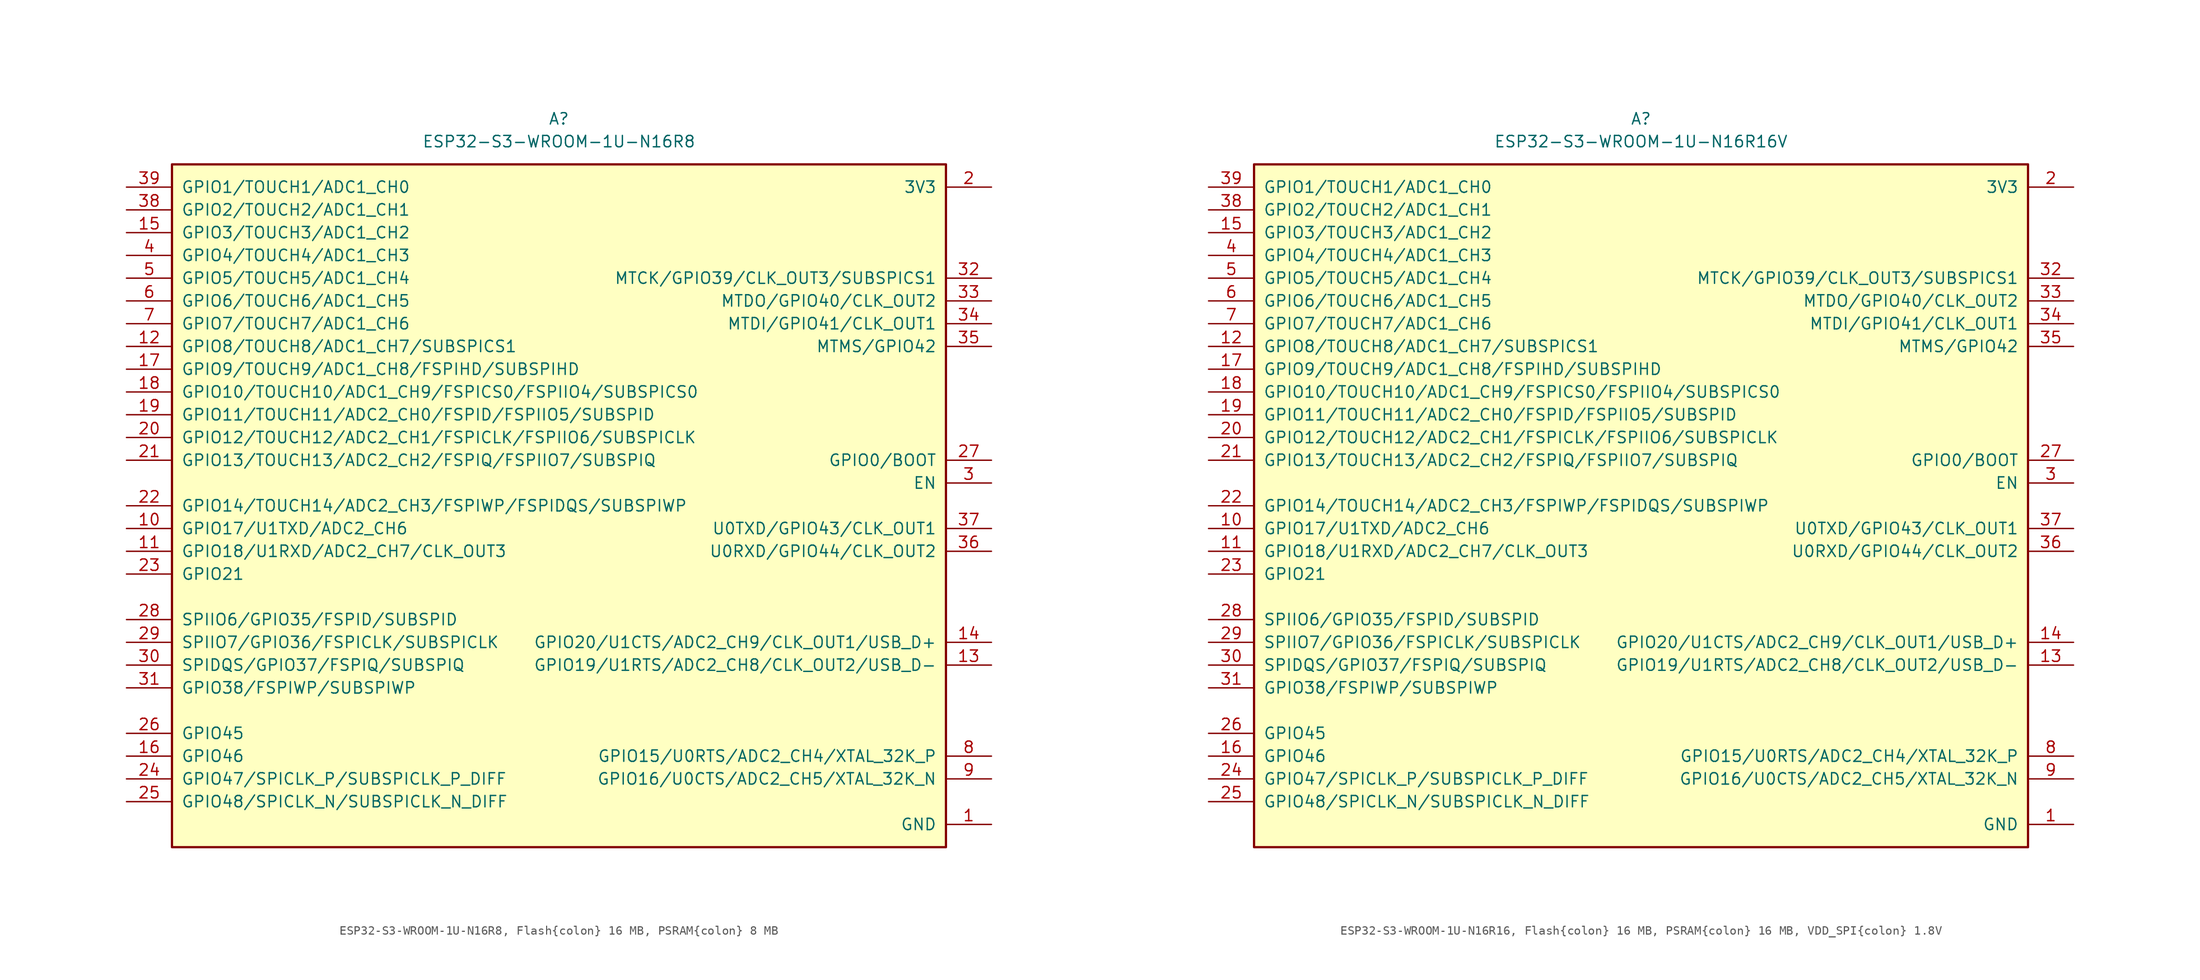
<source format=kicad_sym>
(kicad_symbol_lib
  (version 20241209)
  (generator "kicad_symbol_editor")
  (generator_version "9.0")
  (symbol "ESP32-S3-WROOM-1U-N16R8, Flash{colon} 16 MB, PSRAM{colon} 8 MB"
    (pin_names
      (offset 1.016))
    (property "Reference" "A"
      (at 0 43.18 0)
      (effects (font (size 1.27 1.27))))
    (property "Value" "ESP32-S3-WROOM-1U-N16R8"
      (at 0 40.64 0)
      (effects (font (size 1.27 1.27))))
    (symbol "ESP32-S3-WROOM-1U-N16R8, Flash{colon} 16 MB, PSRAM{colon} 8 MB_0_0"
      (pin bidirectional line (at -48.26 35.56 0) (length 5.08) (name "GPIO1/TOUCH1/ADC1_CH0" (effects (font (size 1.27 1.27)))) (number "39" (effects (font (size 1.27 1.27)))))
      (pin bidirectional line (at -48.26 33.02 0) (length 5.08) (name "GPIO2/TOUCH2/ADC1_CH1" (effects (font (size 1.27 1.27)))) (number "38" (effects (font (size 1.27 1.27)))))
      (pin bidirectional line (at -48.26 30.48 0) (length 5.08) (name "GPIO3/TOUCH3/ADC1_CH2" (effects (font (size 1.27 1.27)))) (number "15" (effects (font (size 1.27 1.27)))))
      (pin bidirectional line (at -48.26 27.94 0) (length 5.08) (name "GPIO4/TOUCH4/ADC1_CH3" (effects (font (size 1.27 1.27)))) (number "4" (effects (font (size 1.27 1.27)))))
      (pin bidirectional line (at -48.26 25.4 0) (length 5.08) (name "GPIO5/TOUCH5/ADC1_CH4" (effects (font (size 1.27 1.27)))) (number "5" (effects (font (size 1.27 1.27)))))
      (pin bidirectional line (at -48.26 22.86 0) (length 5.08) (name "GPIO6/TOUCH6/ADC1_CH5" (effects (font (size 1.27 1.27)))) (number "6" (effects (font (size 1.27 1.27)))))
      (pin bidirectional line (at -48.26 20.32 0) (length 5.08) (name "GPIO7/TOUCH7/ADC1_CH6" (effects (font (size 1.27 1.27)))) (number "7" (effects (font (size 1.27 1.27)))))
      (pin bidirectional line (at -48.26 17.78 0) (length 5.08) (name "GPIO8/TOUCH8/ADC1_CH7/SUBSPICS1" (effects (font (size 1.27 1.27)))) (number "12" (effects (font (size 1.27 1.27)))))
      (pin bidirectional line (at -48.26 15.24 0) (length 5.08) (name "GPIO9/TOUCH9/ADC1_CH8/FSPIHD/SUBSPIHD" (effects (font (size 1.27 1.27)))) (number "17" (effects (font (size 1.27 1.27)))))
      (pin bidirectional line (at -48.26 12.7 0) (length 5.08) (name "GPIO10/TOUCH10/ADC1_CH9/FSPICS0/FSPIIO4/SUBSPICS0" (effects (font (size 1.27 1.27)))) (number "18" (effects (font (size 1.27 1.27)))))
      (pin bidirectional line (at -48.26 10.16 0) (length 5.08) (name "GPIO11/TOUCH11/ADC2_CH0/FSPID/FSPIIO5/SUBSPID" (effects (font (size 1.27 1.27)))) (number "19" (effects (font (size 1.27 1.27)))))
      (pin bidirectional line (at -48.26 7.62 0) (length 5.08) (name "GPIO12/TOUCH12/ADC2_CH1/FSPICLK/FSPIIO6/SUBSPICLK" (effects (font (size 1.27 1.27)))) (number "20" (effects (font (size 1.27 1.27)))))
      (pin bidirectional line (at -48.26 5.08 0) (length 5.08) (name "GPIO13/TOUCH13/ADC2_CH2/FSPIQ/FSPIIO7/SUBSPIQ" (effects (font (size 1.27 1.27)))) (number "21" (effects (font (size 1.27 1.27)))))
      (pin bidirectional line (at -48.26 0 0) (length 5.08) (name "GPIO14/TOUCH14/ADC2_CH3/FSPIWP/FSPIDQS/SUBSPIWP" (effects (font (size 1.27 1.27)))) (number "22" (effects (font (size 1.27 1.27)))))
      (pin bidirectional line (at -48.26 -2.54 0) (length 5.08) (name "GPIO17/U1TXD/ADC2_CH6" (effects (font (size 1.27 1.27)))) (number "10" (effects (font (size 1.27 1.27)))))
      (pin bidirectional line (at -48.26 -5.08 0) (length 5.08) (name "GPIO18/U1RXD/ADC2_CH7/CLK_OUT3" (effects (font (size 1.27 1.27)))) (number "11" (effects (font (size 1.27 1.27)))))
      (pin bidirectional line (at -48.26 -7.62 0) (length 5.08) (name "GPIO21" (effects (font (size 1.27 1.27)))) (number "23" (effects (font (size 1.27 1.27)))))
      (pin bidirectional line (at -48.26 -12.7 0) (length 5.08) (name "SPIIO6/GPIO35/FSPID/SUBSPID" (effects (font (size 1.27 1.27)))) (number "28" (effects (font (size 1.27 1.27)))))
      (pin bidirectional line (at -48.26 -15.24 0) (length 5.08) (name "SPIIO7/GPIO36/FSPICLK/SUBSPICLK" (effects (font (size 1.27 1.27)))) (number "29" (effects (font (size 1.27 1.27)))))
      (pin bidirectional line (at -48.26 -17.78 0) (length 5.08) (name "SPIDQS/GPIO37/FSPIQ/SUBSPIQ" (effects (font (size 1.27 1.27)))) (number "30" (effects (font (size 1.27 1.27)))))
      (pin bidirectional line (at -48.26 -20.32 0) (length 5.08) (name "GPIO38/FSPIWP/SUBSPIWP" (effects (font (size 1.27 1.27)))) (number "31" (effects (font (size 1.27 1.27)))))
      (pin bidirectional line (at -48.26 -25.4 0) (length 5.08) (name "GPIO45" (effects (font (size 1.27 1.27)))) (number "26" (effects (font (size 1.27 1.27)))))
      (pin bidirectional line (at -48.26 -27.94 0) (length 5.08) (name "GPIO46" (effects (font (size 1.27 1.27)))) (number "16" (effects (font (size 1.27 1.27)))))
      (pin bidirectional line (at -48.26 -30.48 0) (length 5.08) (name "GPIO47/SPICLK_P/SUBSPICLK_P_DIFF" (effects (font (size 1.27 1.27)))) (number "24" (effects (font (size 1.27 1.27)))))
      (pin bidirectional line (at -48.26 -33.02 0) (length 5.08) (name "GPIO48/SPICLK_N/SUBSPICLK_N_DIFF" (effects (font (size 1.27 1.27)))) (number "25" (effects (font (size 1.27 1.27)))))
      (pin power_in line (at 48.26 35.56 180) (length 5.08) (name "3V3" (effects (font (size 1.27 1.27)))) (number "2" (effects (font (size 1.27 1.27)))))
      (pin bidirectional line (at 48.26 25.4 180) (length 5.08) (name "MTCK/GPIO39/CLK_OUT3/SUBSPICS1" (effects (font (size 1.27 1.27)))) (number "32" (effects (font (size 1.27 1.27)))))
      (pin bidirectional line (at 48.26 22.86 180) (length 5.08) (name "MTDO/GPIO40/CLK_OUT2" (effects (font (size 1.27 1.27)))) (number "33" (effects (font (size 1.27 1.27)))))
      (pin bidirectional line (at 48.26 20.32 180) (length 5.08) (name "MTDI/GPIO41/CLK_OUT1" (effects (font (size 1.27 1.27)))) (number "34" (effects (font (size 1.27 1.27)))))
      (pin bidirectional line (at 48.26 17.78 180) (length 5.08) (name "MTMS/GPIO42" (effects (font (size 1.27 1.27)))) (number "35" (effects (font (size 1.27 1.27)))))
      (pin bidirectional line (at 48.26 5.08 180) (length 5.08) (name "GPIO0/BOOT" (effects (font (size 1.27 1.27)))) (number "27" (effects (font (size 1.27 1.27)))))
      (pin input line (at 48.26 2.54 180) (length 5.08) (name "EN" (effects (font (size 1.27 1.27)))) (number "3" (effects (font (size 1.27 1.27)))))
      (pin bidirectional line (at 48.26 -2.54 180) (length 5.08) (name "U0TXD/GPIO43/CLK_OUT1" (effects (font (size 1.27 1.27)))) (number "37" (effects (font (size 1.27 1.27)))))
      (pin bidirectional line (at 48.26 -5.08 180) (length 5.08) (name "U0RXD/GPIO44/CLK_OUT2" (effects (font (size 1.27 1.27)))) (number "36" (effects (font (size 1.27 1.27)))))
      (pin bidirectional line (at 48.26 -15.24 180) (length 5.08) (name "GPIO20/U1CTS/ADC2_CH9/CLK_OUT1/USB_D+" (effects (font (size 1.27 1.27)))) (number "14" (effects (font (size 1.27 1.27)))))
      (pin bidirectional line (at 48.26 -17.78 180) (length 5.08) (name "GPIO19/U1RTS/ADC2_CH8/CLK_OUT2/USB_D-" (effects (font (size 1.27 1.27)))) (number "13" (effects (font (size 1.27 1.27)))))
      (pin bidirectional line (at 48.26 -27.94 180) (length 5.08) (name "GPIO15/U0RTS/ADC2_CH4/XTAL_32K_P" (effects (font (size 1.27 1.27)))) (number "8" (effects (font (size 1.27 1.27)))))
      (pin bidirectional line (at 48.26 -30.48 180) (length 5.08) (name "GPIO16/U0CTS/ADC2_CH5/XTAL_32K_N" (effects (font (size 1.27 1.27)))) (number "9" (effects (font (size 1.27 1.27)))))
      (pin passive line (at 48.26 -35.56 180) (length 5.08) (name "GND" (effects (font (size 1.27 1.27)))) (number "1" (effects (font (size 1.27 1.27)))))
      (pin passive line (at 48.26 -35.56 180) (length 5.08) (hide yes) (name "GND" (effects (font (size 1.27 1.27)))) (number "40" (effects (font (size 1.27 1.27)))))
      (pin passive line (at 48.26 -35.56 180) (length 5.08) (hide yes) (name "GND" (effects (font (size 1.27 1.27)))) (number "41" (effects (font (size 1.27 1.27))))))
    (symbol "ESP32-S3-WROOM-1U-N16R8, Flash{colon} 16 MB, PSRAM{colon} 8 MB_0_1"
      (rectangle (start -43.18 38.1) (end 43.18 -38.1) (stroke (width 0.254) (type default)) (fill (type background)))))
  (symbol "ESP32-S3-WROOM-1U-N16R16, Flash{colon} 16 MB, PSRAM{colon} 16 MB, VDD_SPI{colon} 1.8V"
    (pin_names
      (offset 1.016))
    (property "Reference" "A"
      (at 0 43.18 0)
      (effects (font (size 1.27 1.27))))
    (property "Value" "ESP32-S3-WROOM-1U-N16R16V"
      (at 0 40.64 0)
      (effects (font (size 1.27 1.27))))
    (symbol "ESP32-S3-WROOM-1U-N16R16, Flash{colon} 16 MB, PSRAM{colon} 16 MB, VDD_SPI{colon} 1.8V_0_0"
      (pin bidirectional line (at -48.26 35.56 0) (length 5.08) (name "GPIO1/TOUCH1/ADC1_CH0" (effects (font (size 1.27 1.27)))) (number "39" (effects (font (size 1.27 1.27)))))
      (pin bidirectional line (at -48.26 33.02 0) (length 5.08) (name "GPIO2/TOUCH2/ADC1_CH1" (effects (font (size 1.27 1.27)))) (number "38" (effects (font (size 1.27 1.27)))))
      (pin bidirectional line (at -48.26 30.48 0) (length 5.08) (name "GPIO3/TOUCH3/ADC1_CH2" (effects (font (size 1.27 1.27)))) (number "15" (effects (font (size 1.27 1.27)))))
      (pin bidirectional line (at -48.26 27.94 0) (length 5.08) (name "GPIO4/TOUCH4/ADC1_CH3" (effects (font (size 1.27 1.27)))) (number "4" (effects (font (size 1.27 1.27)))))
      (pin bidirectional line (at -48.26 25.4 0) (length 5.08) (name "GPIO5/TOUCH5/ADC1_CH4" (effects (font (size 1.27 1.27)))) (number "5" (effects (font (size 1.27 1.27)))))
      (pin bidirectional line (at -48.26 22.86 0) (length 5.08) (name "GPIO6/TOUCH6/ADC1_CH5" (effects (font (size 1.27 1.27)))) (number "6" (effects (font (size 1.27 1.27)))))
      (pin bidirectional line (at -48.26 20.32 0) (length 5.08) (name "GPIO7/TOUCH7/ADC1_CH6" (effects (font (size 1.27 1.27)))) (number "7" (effects (font (size 1.27 1.27)))))
      (pin bidirectional line (at -48.26 17.78 0) (length 5.08) (name "GPIO8/TOUCH8/ADC1_CH7/SUBSPICS1" (effects (font (size 1.27 1.27)))) (number "12" (effects (font (size 1.27 1.27)))))
      (pin bidirectional line (at -48.26 15.24 0) (length 5.08) (name "GPIO9/TOUCH9/ADC1_CH8/FSPIHD/SUBSPIHD" (effects (font (size 1.27 1.27)))) (number "17" (effects (font (size 1.27 1.27)))))
      (pin bidirectional line (at -48.26 12.7 0) (length 5.08) (name "GPIO10/TOUCH10/ADC1_CH9/FSPICS0/FSPIIO4/SUBSPICS0" (effects (font (size 1.27 1.27)))) (number "18" (effects (font (size 1.27 1.27)))))
      (pin bidirectional line (at -48.26 10.16 0) (length 5.08) (name "GPIO11/TOUCH11/ADC2_CH0/FSPID/FSPIIO5/SUBSPID" (effects (font (size 1.27 1.27)))) (number "19" (effects (font (size 1.27 1.27)))))
      (pin bidirectional line (at -48.26 7.62 0) (length 5.08) (name "GPIO12/TOUCH12/ADC2_CH1/FSPICLK/FSPIIO6/SUBSPICLK" (effects (font (size 1.27 1.27)))) (number "20" (effects (font (size 1.27 1.27)))))
      (pin bidirectional line (at -48.26 5.08 0) (length 5.08) (name "GPIO13/TOUCH13/ADC2_CH2/FSPIQ/FSPIIO7/SUBSPIQ" (effects (font (size 1.27 1.27)))) (number "21" (effects (font (size 1.27 1.27)))))
      (pin bidirectional line (at -48.26 0 0) (length 5.08) (name "GPIO14/TOUCH14/ADC2_CH3/FSPIWP/FSPIDQS/SUBSPIWP" (effects (font (size 1.27 1.27)))) (number "22" (effects (font (size 1.27 1.27)))))
      (pin bidirectional line (at -48.26 -2.54 0) (length 5.08) (name "GPIO17/U1TXD/ADC2_CH6" (effects (font (size 1.27 1.27)))) (number "10" (effects (font (size 1.27 1.27)))))
      (pin bidirectional line (at -48.26 -5.08 0) (length 5.08) (name "GPIO18/U1RXD/ADC2_CH7/CLK_OUT3" (effects (font (size 1.27 1.27)))) (number "11" (effects (font (size 1.27 1.27)))))
      (pin bidirectional line (at -48.26 -7.62 0) (length 5.08) (name "GPIO21" (effects (font (size 1.27 1.27)))) (number "23" (effects (font (size 1.27 1.27)))))
      (pin bidirectional line (at -48.26 -12.7 0) (length 5.08) (name "SPIIO6/GPIO35/FSPID/SUBSPID" (effects (font (size 1.27 1.27)))) (number "28" (effects (font (size 1.27 1.27)))))
      (pin bidirectional line (at -48.26 -15.24 0) (length 5.08) (name "SPIIO7/GPIO36/FSPICLK/SUBSPICLK" (effects (font (size 1.27 1.27)))) (number "29" (effects (font (size 1.27 1.27)))))
      (pin bidirectional line (at -48.26 -17.78 0) (length 5.08) (name "SPIDQS/GPIO37/FSPIQ/SUBSPIQ" (effects (font (size 1.27 1.27)))) (number "30" (effects (font (size 1.27 1.27)))))
      (pin bidirectional line (at -48.26 -20.32 0) (length 5.08) (name "GPIO38/FSPIWP/SUBSPIWP" (effects (font (size 1.27 1.27)))) (number "31" (effects (font (size 1.27 1.27)))))
      (pin bidirectional line (at -48.26 -25.4 0) (length 5.08) (name "GPIO45" (effects (font (size 1.27 1.27)))) (number "26" (effects (font (size 1.27 1.27)))))
      (pin bidirectional line (at -48.26 -27.94 0) (length 5.08) (name "GPIO46" (effects (font (size 1.27 1.27)))) (number "16" (effects (font (size 1.27 1.27)))))
      (pin bidirectional line (at -48.26 -30.48 0) (length 5.08) (name "GPIO47/SPICLK_P/SUBSPICLK_P_DIFF" (effects (font (size 1.27 1.27)))) (number "24" (effects (font (size 1.27 1.27)))))
      (pin bidirectional line (at -48.26 -33.02 0) (length 5.08) (name "GPIO48/SPICLK_N/SUBSPICLK_N_DIFF" (effects (font (size 1.27 1.27)))) (number "25" (effects (font (size 1.27 1.27)))))
      (pin power_in line (at 48.26 35.56 180) (length 5.08) (name "3V3" (effects (font (size 1.27 1.27)))) (number "2" (effects (font (size 1.27 1.27)))))
      (pin bidirectional line (at 48.26 25.4 180) (length 5.08) (name "MTCK/GPIO39/CLK_OUT3/SUBSPICS1" (effects (font (size 1.27 1.27)))) (number "32" (effects (font (size 1.27 1.27)))))
      (pin bidirectional line (at 48.26 22.86 180) (length 5.08) (name "MTDO/GPIO40/CLK_OUT2" (effects (font (size 1.27 1.27)))) (number "33" (effects (font (size 1.27 1.27)))))
      (pin bidirectional line (at 48.26 20.32 180) (length 5.08) (name "MTDI/GPIO41/CLK_OUT1" (effects (font (size 1.27 1.27)))) (number "34" (effects (font (size 1.27 1.27)))))
      (pin bidirectional line (at 48.26 17.78 180) (length 5.08) (name "MTMS/GPIO42" (effects (font (size 1.27 1.27)))) (number "35" (effects (font (size 1.27 1.27)))))
      (pin bidirectional line (at 48.26 5.08 180) (length 5.08) (name "GPIO0/BOOT" (effects (font (size 1.27 1.27)))) (number "27" (effects (font (size 1.27 1.27)))))
      (pin input line (at 48.26 2.54 180) (length 5.08) (name "EN" (effects (font (size 1.27 1.27)))) (number "3" (effects (font (size 1.27 1.27)))))
      (pin bidirectional line (at 48.26 -2.54 180) (length 5.08) (name "U0TXD/GPIO43/CLK_OUT1" (effects (font (size 1.27 1.27)))) (number "37" (effects (font (size 1.27 1.27)))))
      (pin bidirectional line (at 48.26 -5.08 180) (length 5.08) (name "U0RXD/GPIO44/CLK_OUT2" (effects (font (size 1.27 1.27)))) (number "36" (effects (font (size 1.27 1.27)))))
      (pin bidirectional line (at 48.26 -15.24 180) (length 5.08) (name "GPIO20/U1CTS/ADC2_CH9/CLK_OUT1/USB_D+" (effects (font (size 1.27 1.27)))) (number "14" (effects (font (size 1.27 1.27)))))
      (pin bidirectional line (at 48.26 -17.78 180) (length 5.08) (name "GPIO19/U1RTS/ADC2_CH8/CLK_OUT2/USB_D-" (effects (font (size 1.27 1.27)))) (number "13" (effects (font (size 1.27 1.27)))))
      (pin bidirectional line (at 48.26 -27.94 180) (length 5.08) (name "GPIO15/U0RTS/ADC2_CH4/XTAL_32K_P" (effects (font (size 1.27 1.27)))) (number "8" (effects (font (size 1.27 1.27)))))
      (pin bidirectional line (at 48.26 -30.48 180) (length 5.08) (name "GPIO16/U0CTS/ADC2_CH5/XTAL_32K_N" (effects (font (size 1.27 1.27)))) (number "9" (effects (font (size 1.27 1.27)))))
      (pin passive line (at 48.26 -35.56 180) (length 5.08) (hide yes) (name "GND" (effects (font (size 1.27 1.27)))) (number "40" (effects (font (size 1.27 1.27)))))
      (pin passive line (at 48.26 -35.56 180) (length 5.08) (hide yes) (name "GND" (effects (font (size 1.27 1.27)))) (number "41" (effects (font (size 1.27 1.27))))))
    (symbol "ESP32-S3-WROOM-1U-N16R16, Flash{colon} 16 MB, PSRAM{colon} 16 MB, VDD_SPI{colon} 1.8V_0_1"
      (rectangle (start -43.18 38.1) (end 43.18 -38.1) (stroke (width 0.254) (type default)) (fill (type background))))
    (symbol "ESP32-S3-WROOM-1U-N16R16, Flash{colon} 16 MB, PSRAM{colon} 16 MB, VDD_SPI{colon} 1.8V_1_0"
      (pin passive line (at 48.26 -35.56 180) (length 5.08) (name "GND" (effects (font (size 1.27 1.27)))) (number "1" (effects (font (size 1.27 1.27))))))))
</source>
